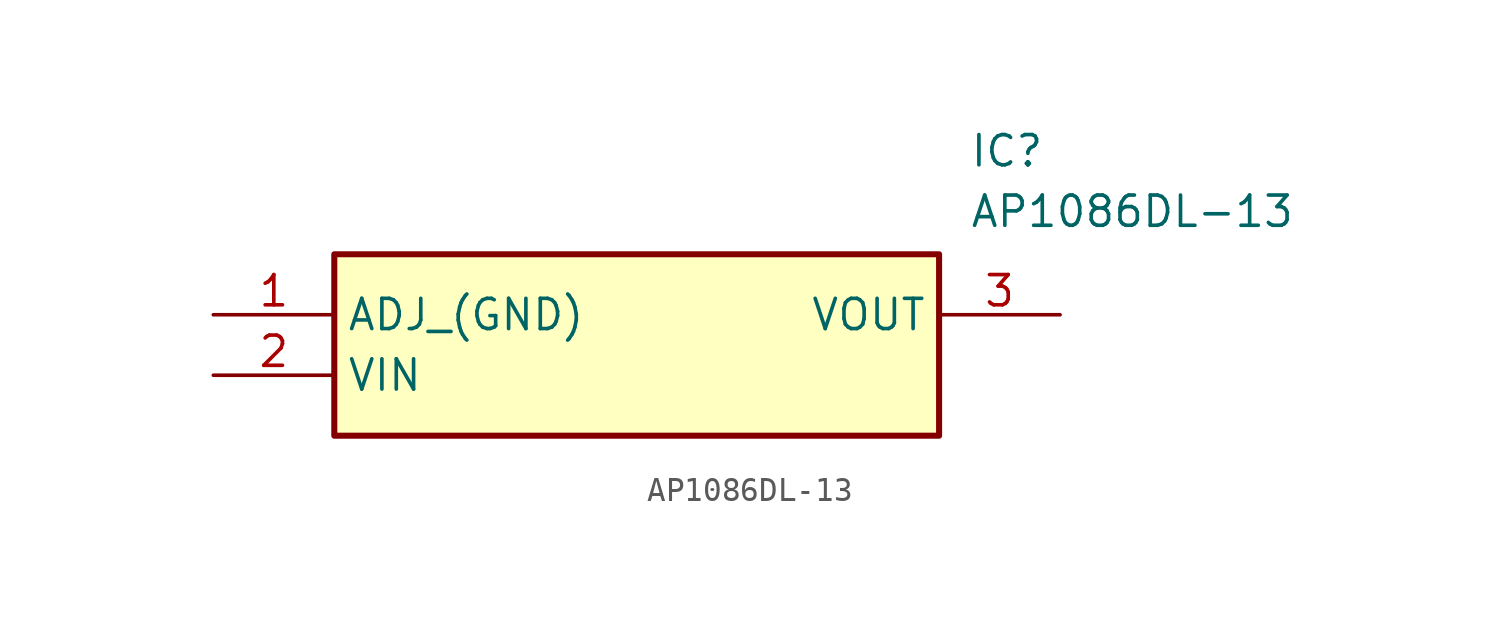
<source format=kicad_sym>
(kicad_symbol_lib
  (version 20211014)
  (generator SamacSys_ECAD_Model)
  (symbol "AP1086DL-13"
    (property "Reference" "IC"
      (at 31.75 7.62 0)
      (effects (font (size 1.27 1.27)) (justify left top)))
    (property "Value" "AP1086DL-13"
      (at 31.75 5.08 0)
      (effects (font (size 1.27 1.27)) (justify left top)))
    (rectangle
      (start 5.08 2.54)
      (end 30.48 -5.08)
      (stroke (width 0.254) (type default))
      (fill (type background)))
    (pin passive line
      (at 0 0 0)
      (length 5.08)
      (name "ADJ_(GND)" (effects (font (size 1.27 1.27))))
      (number "1" (effects (font (size 1.27 1.27)))))
    (pin passive line
      (at 0 -2.54 0)
      (length 5.08)
      (name "VIN" (effects (font (size 1.27 1.27))))
      (number "2" (effects (font (size 1.27 1.27)))))
    (pin passive line
      (at 35.56 0 180)
      (length 5.08)
      (name "VOUT" (effects (font (size 1.27 1.27))))
      (number "3" (effects (font (size 1.27 1.27)))))))
</source>
